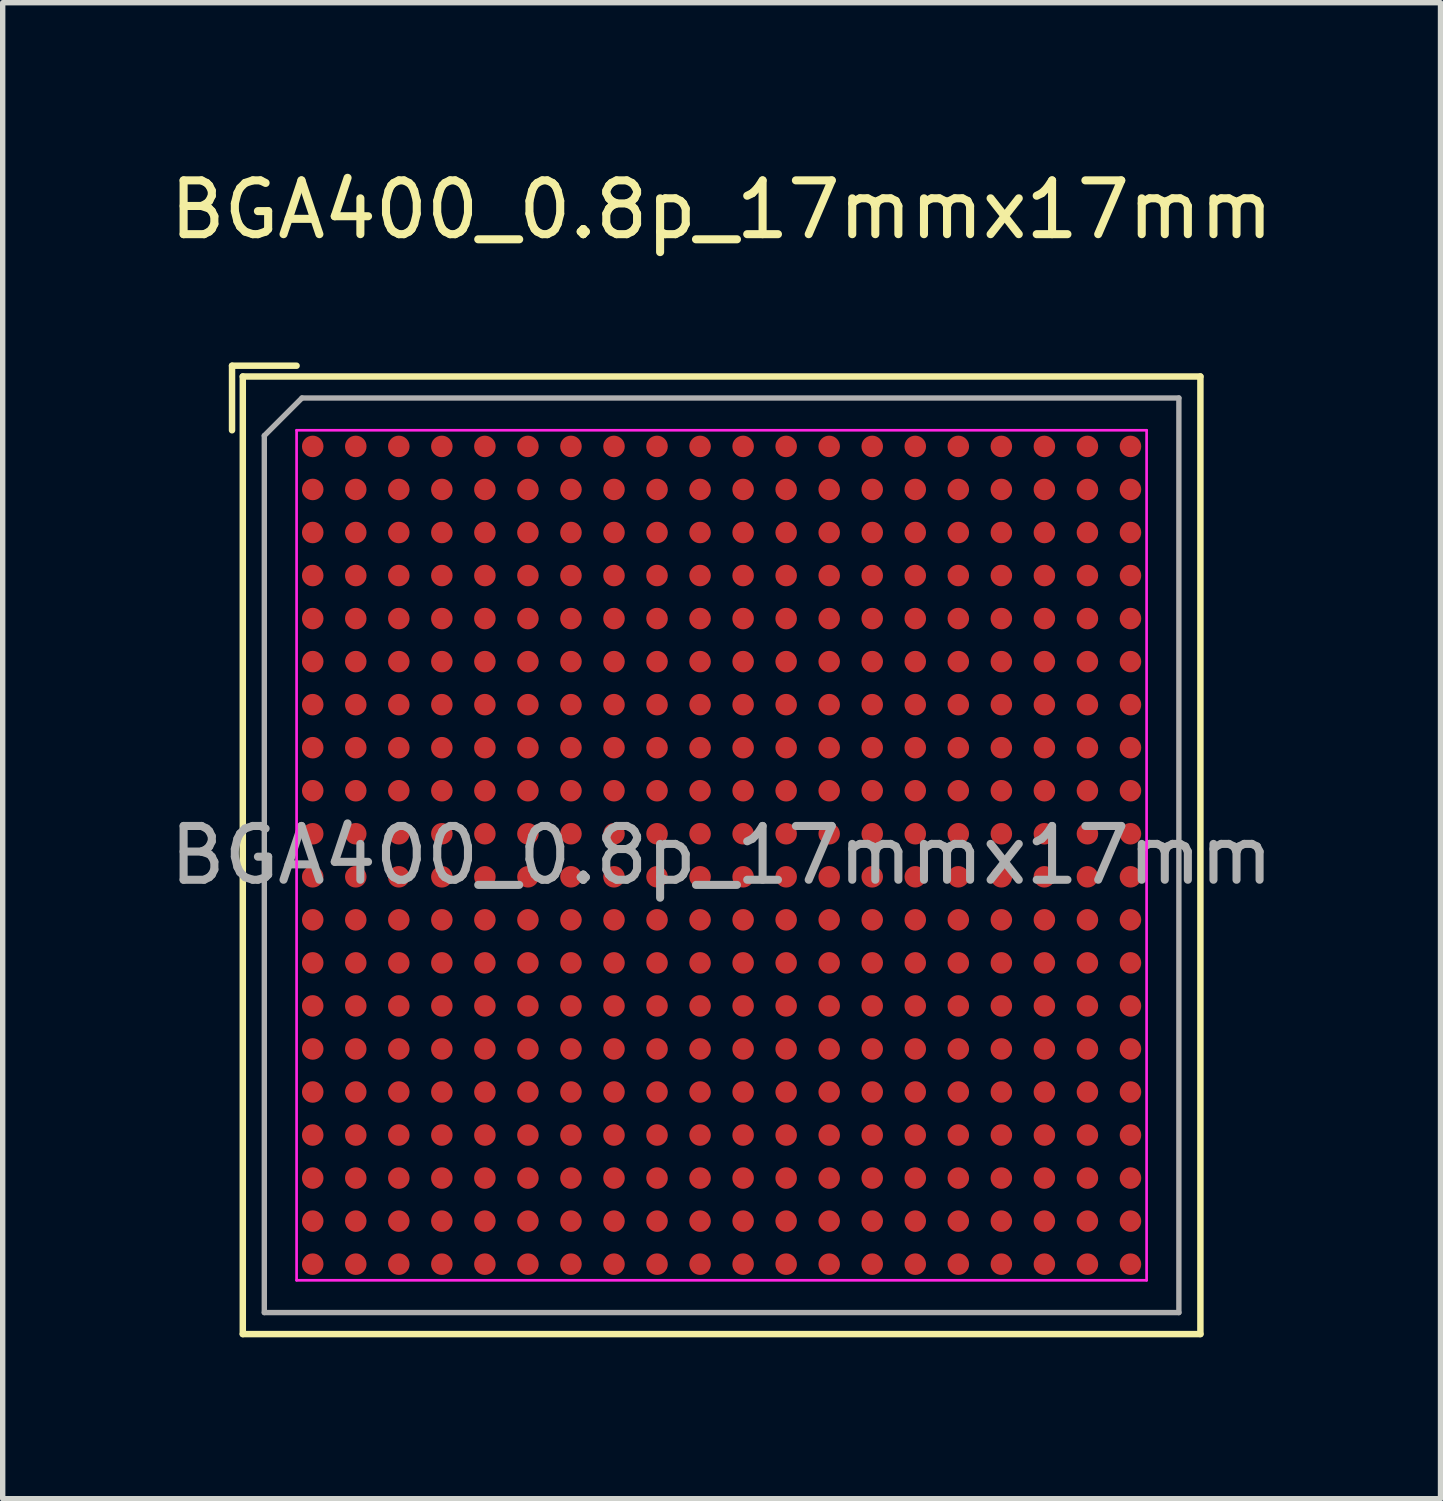
<source format=kicad_pcb>
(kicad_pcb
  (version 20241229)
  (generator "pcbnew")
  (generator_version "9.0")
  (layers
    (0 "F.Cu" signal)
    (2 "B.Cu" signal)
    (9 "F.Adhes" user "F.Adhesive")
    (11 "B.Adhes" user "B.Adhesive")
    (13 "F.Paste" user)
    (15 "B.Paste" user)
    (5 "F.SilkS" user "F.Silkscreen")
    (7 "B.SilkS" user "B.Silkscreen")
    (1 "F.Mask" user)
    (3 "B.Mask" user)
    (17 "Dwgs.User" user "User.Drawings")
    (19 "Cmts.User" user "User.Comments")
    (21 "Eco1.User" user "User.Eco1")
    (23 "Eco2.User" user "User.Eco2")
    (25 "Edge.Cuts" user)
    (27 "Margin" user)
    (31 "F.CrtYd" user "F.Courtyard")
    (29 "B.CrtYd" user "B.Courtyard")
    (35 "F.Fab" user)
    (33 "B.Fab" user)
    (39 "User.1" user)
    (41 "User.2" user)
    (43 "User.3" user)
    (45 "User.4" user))
  (footprint "BGA400_0.8p_17mmx17mm"
    (layer "F.Cu")
    (at 10.363 12.848)
    (property "Reference" "BGA400_0.8p_17mmx17mm" (at 0 -12 0) (layer "F.SilkS") (effects (font (size 1 1) (thickness 0.15))))
    (attr smd)
    (fp_line (start -9.1 -9.1) (end -7.9 -9.1) (stroke (width 0.12) (type solid)) (layer "F.SilkS"))
    (fp_line (start -9.1 -7.9) (end -9.1 -9.1) (stroke (width 0.12) (type solid)) (layer "F.SilkS"))
    (fp_line (start -8.9 -8.9) (end 8.9 -8.9) (stroke (width 0.12) (type solid)) (layer "F.SilkS"))
    (fp_line (start -8.9 8.9) (end -8.9 -8.9) (stroke (width 0.12) (type solid)) (layer "F.SilkS"))
    (fp_line (start 8.9 -8.9) (end 8.9 8.9) (stroke (width 0.12) (type solid)) (layer "F.SilkS"))
    (fp_line (start 8.9 8.9) (end -8.9 8.9) (stroke (width 0.12) (type solid)) (layer "F.SilkS"))
    (fp_line (start -7.9 -7.9) (end -7.9 7.9) (stroke (width 0.05) (type solid)) (layer "F.CrtYd"))
    (fp_line (start -7.9 -7.9) (end 7.9 -7.9) (stroke (width 0.05) (type solid)) (layer "F.CrtYd"))
    (fp_line (start 7.9 7.9) (end -7.9 7.9) (stroke (width 0.05) (type solid)) (layer "F.CrtYd"))
    (fp_line (start 7.9 7.9) (end 7.9 -7.9) (stroke (width 0.05) (type solid)) (layer "F.CrtYd"))
    (fp_line (start -8.5 -7.8) (end -7.8 -8.5) (stroke (width 0.1) (type solid)) (layer "F.Fab"))
    (fp_line (start -8.5 8.5) (end -8.5 -7.8) (stroke (width 0.1) (type solid)) (layer "F.Fab"))
    (fp_line (start -7.8 -8.5) (end 8.5 -8.5) (stroke (width 0.1) (type solid)) (layer "F.Fab"))
    (fp_line (start 8.5 -8.5) (end 8.5 8.5) (stroke (width 0.1) (type solid)) (layer "F.Fab"))
    (fp_line (start 8.5 8.5) (end -8.5 8.5) (stroke (width 0.1) (type solid)) (layer "F.Fab"))
    (fp_text user "${REFERENCE}" (at 0 0 0) (layer "F.Fab") (effects (font (size 1 1) (thickness 0.15))))
    (pad "A1" smd circle (at -7.6 -7.6) (size 0.4 0.4) (layers "F.Cu" "F.Mask" "F.Paste"))
    (pad "A2" smd circle (at -6.8 -7.6) (size 0.4 0.4) (layers "F.Cu" "F.Mask" "F.Paste"))
    (pad "A3" smd circle (at -6 -7.6) (size 0.4 0.4) (layers "F.Cu" "F.Mask" "F.Paste"))
    (pad "A4" smd circle (at -5.2 -7.6) (size 0.4 0.4) (layers "F.Cu" "F.Mask" "F.Paste"))
    (pad "A5" smd circle (at -4.4 -7.6) (size 0.4 0.4) (layers "F.Cu" "F.Mask" "F.Paste"))
    (pad "A6" smd circle (at -3.6 -7.6) (size 0.4 0.4) (layers "F.Cu" "F.Mask" "F.Paste"))
    (pad "A7" smd circle (at -2.8 -7.6) (size 0.4 0.4) (layers "F.Cu" "F.Mask" "F.Paste"))
    (pad "A8" smd circle (at -2 -7.6) (size 0.4 0.4) (layers "F.Cu" "F.Mask" "F.Paste"))
    (pad "A9" smd circle (at -1.2 -7.6) (size 0.4 0.4) (layers "F.Cu" "F.Mask" "F.Paste"))
    (pad "A10" smd circle (at -0.4 -7.6) (size 0.4 0.4) (layers "F.Cu" "F.Mask" "F.Paste"))
    (pad "A11" smd circle (at 0.4 -7.6) (size 0.4 0.4) (layers "F.Cu" "F.Mask" "F.Paste"))
    (pad "A12" smd circle (at 1.2 -7.6) (size 0.4 0.4) (layers "F.Cu" "F.Mask" "F.Paste"))
    (pad "A13" smd circle (at 2 -7.6) (size 0.4 0.4) (layers "F.Cu" "F.Mask" "F.Paste"))
    (pad "A14" smd circle (at 2.8 -7.6) (size 0.4 0.4) (layers "F.Cu" "F.Mask" "F.Paste"))
    (pad "A15" smd circle (at 3.6 -7.6) (size 0.4 0.4) (layers "F.Cu" "F.Mask" "F.Paste"))
    (pad "A16" smd circle (at 4.4 -7.6) (size 0.4 0.4) (layers "F.Cu" "F.Mask" "F.Paste"))
    (pad "A17" smd circle (at 5.2 -7.6) (size 0.4 0.4) (layers "F.Cu" "F.Mask" "F.Paste"))
    (pad "A18" smd circle (at 6 -7.6) (size 0.4 0.4) (layers "F.Cu" "F.Mask" "F.Paste"))
    (pad "A19" smd circle (at 6.8 -7.6) (size 0.4 0.4) (layers "F.Cu" "F.Mask" "F.Paste"))
    (pad "A20" smd circle (at 7.6 -7.6) (size 0.4 0.4) (layers "F.Cu" "F.Mask" "F.Paste"))
    (pad "B1" smd circle (at -7.6 -6.8) (size 0.4 0.4) (layers "F.Cu" "F.Mask" "F.Paste"))
    (pad "B2" smd circle (at -6.8 -6.8) (size 0.4 0.4) (layers "F.Cu" "F.Mask" "F.Paste"))
    (pad "B3" smd circle (at -6 -6.8) (size 0.4 0.4) (layers "F.Cu" "F.Mask" "F.Paste"))
    (pad "B4" smd circle (at -5.2 -6.8) (size 0.4 0.4) (layers "F.Cu" "F.Mask" "F.Paste"))
    (pad "B5" smd circle (at -4.4 -6.8) (size 0.4 0.4) (layers "F.Cu" "F.Mask" "F.Paste"))
    (pad "B6" smd circle (at -3.6 -6.8) (size 0.4 0.4) (layers "F.Cu" "F.Mask" "F.Paste"))
    (pad "B7" smd circle (at -2.8 -6.8) (size 0.4 0.4) (layers "F.Cu" "F.Mask" "F.Paste"))
    (pad "B8" smd circle (at -2 -6.8) (size 0.4 0.4) (layers "F.Cu" "F.Mask" "F.Paste"))
    (pad "B9" smd circle (at -1.2 -6.8) (size 0.4 0.4) (layers "F.Cu" "F.Mask" "F.Paste"))
    (pad "B10" smd circle (at -0.4 -6.8) (size 0.4 0.4) (layers "F.Cu" "F.Mask" "F.Paste"))
    (pad "B11" smd circle (at 0.4 -6.8) (size 0.4 0.4) (layers "F.Cu" "F.Mask" "F.Paste"))
    (pad "B12" smd circle (at 1.2 -6.8) (size 0.4 0.4) (layers "F.Cu" "F.Mask" "F.Paste"))
    (pad "B13" smd circle (at 2 -6.8) (size 0.4 0.4) (layers "F.Cu" "F.Mask" "F.Paste"))
    (pad "B14" smd circle (at 2.8 -6.8) (size 0.4 0.4) (layers "F.Cu" "F.Mask" "F.Paste"))
    (pad "B15" smd circle (at 3.6 -6.8) (size 0.4 0.4) (layers "F.Cu" "F.Mask" "F.Paste"))
    (pad "B16" smd circle (at 4.4 -6.8) (size 0.4 0.4) (layers "F.Cu" "F.Mask" "F.Paste"))
    (pad "B17" smd circle (at 5.2 -6.8) (size 0.4 0.4) (layers "F.Cu" "F.Mask" "F.Paste"))
    (pad "B18" smd circle (at 6 -6.8) (size 0.4 0.4) (layers "F.Cu" "F.Mask" "F.Paste"))
    (pad "B19" smd circle (at 6.8 -6.8) (size 0.4 0.4) (layers "F.Cu" "F.Mask" "F.Paste"))
    (pad "B20" smd circle (at 7.6 -6.8) (size 0.4 0.4) (layers "F.Cu" "F.Mask" "F.Paste"))
    (pad "C1" smd circle (at -7.6 -6) (size 0.4 0.4) (layers "F.Cu" "F.Mask" "F.Paste"))
    (pad "C2" smd circle (at -6.8 -6) (size 0.4 0.4) (layers "F.Cu" "F.Mask" "F.Paste"))
    (pad "C3" smd circle (at -6 -6) (size 0.4 0.4) (layers "F.Cu" "F.Mask" "F.Paste"))
    (pad "C4" smd circle (at -5.2 -6) (size 0.4 0.4) (layers "F.Cu" "F.Mask" "F.Paste"))
    (pad "C5" smd circle (at -4.4 -6) (size 0.4 0.4) (layers "F.Cu" "F.Mask" "F.Paste"))
    (pad "C6" smd circle (at -3.6 -6) (size 0.4 0.4) (layers "F.Cu" "F.Mask" "F.Paste"))
    (pad "C7" smd circle (at -2.8 -6) (size 0.4 0.4) (layers "F.Cu" "F.Mask" "F.Paste"))
    (pad "C8" smd circle (at -2 -6) (size 0.4 0.4) (layers "F.Cu" "F.Mask" "F.Paste"))
    (pad "C9" smd circle (at -1.2 -6) (size 0.4 0.4) (layers "F.Cu" "F.Mask" "F.Paste"))
    (pad "C10" smd circle (at -0.4 -6) (size 0.4 0.4) (layers "F.Cu" "F.Mask" "F.Paste"))
    (pad "C11" smd circle (at 0.4 -6) (size 0.4 0.4) (layers "F.Cu" "F.Mask" "F.Paste"))
    (pad "C12" smd circle (at 1.2 -6) (size 0.4 0.4) (layers "F.Cu" "F.Mask" "F.Paste"))
    (pad "C13" smd circle (at 2 -6) (size 0.4 0.4) (layers "F.Cu" "F.Mask" "F.Paste"))
    (pad "C14" smd circle (at 2.8 -6) (size 0.4 0.4) (layers "F.Cu" "F.Mask" "F.Paste"))
    (pad "C15" smd circle (at 3.6 -6) (size 0.4 0.4) (layers "F.Cu" "F.Mask" "F.Paste"))
    (pad "C16" smd circle (at 4.4 -6) (size 0.4 0.4) (layers "F.Cu" "F.Mask" "F.Paste"))
    (pad "C17" smd circle (at 5.2 -6) (size 0.4 0.4) (layers "F.Cu" "F.Mask" "F.Paste"))
    (pad "C18" smd circle (at 6 -6) (size 0.4 0.4) (layers "F.Cu" "F.Mask" "F.Paste"))
    (pad "C19" smd circle (at 6.8 -6) (size 0.4 0.4) (layers "F.Cu" "F.Mask" "F.Paste"))
    (pad "C20" smd circle (at 7.6 -6) (size 0.4 0.4) (layers "F.Cu" "F.Mask" "F.Paste"))
    (pad "D1" smd circle (at -7.6 -5.2) (size 0.4 0.4) (layers "F.Cu" "F.Mask" "F.Paste"))
    (pad "D2" smd circle (at -6.8 -5.2) (size 0.4 0.4) (layers "F.Cu" "F.Mask" "F.Paste"))
    (pad "D3" smd circle (at -6 -5.2) (size 0.4 0.4) (layers "F.Cu" "F.Mask" "F.Paste"))
    (pad "D4" smd circle (at -5.2 -5.2) (size 0.4 0.4) (layers "F.Cu" "F.Mask" "F.Paste"))
    (pad "D5" smd circle (at -4.4 -5.2) (size 0.4 0.4) (layers "F.Cu" "F.Mask" "F.Paste"))
    (pad "D6" smd circle (at -3.6 -5.2) (size 0.4 0.4) (layers "F.Cu" "F.Mask" "F.Paste"))
    (pad "D7" smd circle (at -2.8 -5.2) (size 0.4 0.4) (layers "F.Cu" "F.Mask" "F.Paste"))
    (pad "D8" smd circle (at -2 -5.2) (size 0.4 0.4) (layers "F.Cu" "F.Mask" "F.Paste"))
    (pad "D9" smd circle (at -1.2 -5.2) (size 0.4 0.4) (layers "F.Cu" "F.Mask" "F.Paste"))
    (pad "D10" smd circle (at -0.4 -5.2) (size 0.4 0.4) (layers "F.Cu" "F.Mask" "F.Paste"))
    (pad "D11" smd circle (at 0.4 -5.2) (size 0.4 0.4) (layers "F.Cu" "F.Mask" "F.Paste"))
    (pad "D12" smd circle (at 1.2 -5.2) (size 0.4 0.4) (layers "F.Cu" "F.Mask" "F.Paste"))
    (pad "D13" smd circle (at 2 -5.2) (size 0.4 0.4) (layers "F.Cu" "F.Mask" "F.Paste"))
    (pad "D14" smd circle (at 2.8 -5.2) (size 0.4 0.4) (layers "F.Cu" "F.Mask" "F.Paste"))
    (pad "D15" smd circle (at 3.6 -5.2) (size 0.4 0.4) (layers "F.Cu" "F.Mask" "F.Paste"))
    (pad "D16" smd circle (at 4.4 -5.2) (size 0.4 0.4) (layers "F.Cu" "F.Mask" "F.Paste"))
    (pad "D17" smd circle (at 5.2 -5.2) (size 0.4 0.4) (layers "F.Cu" "F.Mask" "F.Paste"))
    (pad "D18" smd circle (at 6 -5.2) (size 0.4 0.4) (layers "F.Cu" "F.Mask" "F.Paste"))
    (pad "D19" smd circle (at 6.8 -5.2) (size 0.4 0.4) (layers "F.Cu" "F.Mask" "F.Paste"))
    (pad "D20" smd circle (at 7.6 -5.2) (size 0.4 0.4) (layers "F.Cu" "F.Mask" "F.Paste"))
    (pad "E1" smd circle (at -7.6 -4.4) (size 0.4 0.4) (layers "F.Cu" "F.Mask" "F.Paste"))
    (pad "E2" smd circle (at -6.8 -4.4) (size 0.4 0.4) (layers "F.Cu" "F.Mask" "F.Paste"))
    (pad "E3" smd circle (at -6 -4.4) (size 0.4 0.4) (layers "F.Cu" "F.Mask" "F.Paste"))
    (pad "E4" smd circle (at -5.2 -4.4) (size 0.4 0.4) (layers "F.Cu" "F.Mask" "F.Paste"))
    (pad "E5" smd circle (at -4.4 -4.4) (size 0.4 0.4) (layers "F.Cu" "F.Mask" "F.Paste"))
    (pad "E6" smd circle (at -3.6 -4.4) (size 0.4 0.4) (layers "F.Cu" "F.Mask" "F.Paste"))
    (pad "E7" smd circle (at -2.8 -4.4) (size 0.4 0.4) (layers "F.Cu" "F.Mask" "F.Paste"))
    (pad "E8" smd circle (at -2 -4.4) (size 0.4 0.4) (layers "F.Cu" "F.Mask" "F.Paste"))
    (pad "E9" smd circle (at -1.2 -4.4) (size 0.4 0.4) (layers "F.Cu" "F.Mask" "F.Paste"))
    (pad "E10" smd circle (at -0.4 -4.4) (size 0.4 0.4) (layers "F.Cu" "F.Mask" "F.Paste"))
    (pad "E11" smd circle (at 0.4 -4.4) (size 0.4 0.4) (layers "F.Cu" "F.Mask" "F.Paste"))
    (pad "E12" smd circle (at 1.2 -4.4) (size 0.4 0.4) (layers "F.Cu" "F.Mask" "F.Paste"))
    (pad "E13" smd circle (at 2 -4.4) (size 0.4 0.4) (layers "F.Cu" "F.Mask" "F.Paste"))
    (pad "E14" smd circle (at 2.8 -4.4) (size 0.4 0.4) (layers "F.Cu" "F.Mask" "F.Paste"))
    (pad "E15" smd circle (at 3.6 -4.4) (size 0.4 0.4) (layers "F.Cu" "F.Mask" "F.Paste"))
    (pad "E16" smd circle (at 4.4 -4.4) (size 0.4 0.4) (layers "F.Cu" "F.Mask" "F.Paste"))
    (pad "E17" smd circle (at 5.2 -4.4) (size 0.4 0.4) (layers "F.Cu" "F.Mask" "F.Paste"))
    (pad "E18" smd circle (at 6 -4.4) (size 0.4 0.4) (layers "F.Cu" "F.Mask" "F.Paste"))
    (pad "E19" smd circle (at 6.8 -4.4) (size 0.4 0.4) (layers "F.Cu" "F.Mask" "F.Paste"))
    (pad "E20" smd circle (at 7.6 -4.4) (size 0.4 0.4) (layers "F.Cu" "F.Mask" "F.Paste"))
    (pad "F1" smd circle (at -7.6 -3.6) (size 0.4 0.4) (layers "F.Cu" "F.Mask" "F.Paste"))
    (pad "F2" smd circle (at -6.8 -3.6) (size 0.4 0.4) (layers "F.Cu" "F.Mask" "F.Paste"))
    (pad "F3" smd circle (at -6 -3.6) (size 0.4 0.4) (layers "F.Cu" "F.Mask" "F.Paste"))
    (pad "F4" smd circle (at -5.2 -3.6) (size 0.4 0.4) (layers "F.Cu" "F.Mask" "F.Paste"))
    (pad "F5" smd circle (at -4.4 -3.6) (size 0.4 0.4) (layers "F.Cu" "F.Mask" "F.Paste"))
    (pad "F6" smd circle (at -3.6 -3.6) (size 0.4 0.4) (layers "F.Cu" "F.Mask" "F.Paste"))
    (pad "F7" smd circle (at -2.8 -3.6) (size 0.4 0.4) (layers "F.Cu" "F.Mask" "F.Paste"))
    (pad "F8" smd circle (at -2 -3.6) (size 0.4 0.4) (layers "F.Cu" "F.Mask" "F.Paste"))
    (pad "F9" smd circle (at -1.2 -3.6) (size 0.4 0.4) (layers "F.Cu" "F.Mask" "F.Paste"))
    (pad "F10" smd circle (at -0.4 -3.6) (size 0.4 0.4) (layers "F.Cu" "F.Mask" "F.Paste"))
    (pad "F11" smd circle (at 0.4 -3.6) (size 0.4 0.4) (layers "F.Cu" "F.Mask" "F.Paste"))
    (pad "F12" smd circle (at 1.2 -3.6) (size 0.4 0.4) (layers "F.Cu" "F.Mask" "F.Paste"))
    (pad "F13" smd circle (at 2 -3.6) (size 0.4 0.4) (layers "F.Cu" "F.Mask" "F.Paste"))
    (pad "F14" smd circle (at 2.8 -3.6) (size 0.4 0.4) (layers "F.Cu" "F.Mask" "F.Paste"))
    (pad "F15" smd circle (at 3.6 -3.6) (size 0.4 0.4) (layers "F.Cu" "F.Mask" "F.Paste"))
    (pad "F16" smd circle (at 4.4 -3.6) (size 0.4 0.4) (layers "F.Cu" "F.Mask" "F.Paste"))
    (pad "F17" smd circle (at 5.2 -3.6) (size 0.4 0.4) (layers "F.Cu" "F.Mask" "F.Paste"))
    (pad "F18" smd circle (at 6 -3.6) (size 0.4 0.4) (layers "F.Cu" "F.Mask" "F.Paste"))
    (pad "F19" smd circle (at 6.8 -3.6) (size 0.4 0.4) (layers "F.Cu" "F.Mask" "F.Paste"))
    (pad "F20" smd circle (at 7.6 -3.6) (size 0.4 0.4) (layers "F.Cu" "F.Mask" "F.Paste"))
    (pad "G1" smd circle (at -7.6 -2.8) (size 0.4 0.4) (layers "F.Cu" "F.Mask" "F.Paste"))
    (pad "G2" smd circle (at -6.8 -2.8) (size 0.4 0.4) (layers "F.Cu" "F.Mask" "F.Paste"))
    (pad "G3" smd circle (at -6 -2.8) (size 0.4 0.4) (layers "F.Cu" "F.Mask" "F.Paste"))
    (pad "G4" smd circle (at -5.2 -2.8) (size 0.4 0.4) (layers "F.Cu" "F.Mask" "F.Paste"))
    (pad "G5" smd circle (at -4.4 -2.8) (size 0.4 0.4) (layers "F.Cu" "F.Mask" "F.Paste"))
    (pad "G6" smd circle (at -3.6 -2.8) (size 0.4 0.4) (layers "F.Cu" "F.Mask" "F.Paste"))
    (pad "G7" smd circle (at -2.8 -2.8) (size 0.4 0.4) (layers "F.Cu" "F.Mask" "F.Paste"))
    (pad "G8" smd circle (at -2 -2.8) (size 0.4 0.4) (layers "F.Cu" "F.Mask" "F.Paste"))
    (pad "G9" smd circle (at -1.2 -2.8) (size 0.4 0.4) (layers "F.Cu" "F.Mask" "F.Paste"))
    (pad "G10" smd circle (at -0.4 -2.8) (size 0.4 0.4) (layers "F.Cu" "F.Mask" "F.Paste"))
    (pad "G11" smd circle (at 0.4 -2.8) (size 0.4 0.4) (layers "F.Cu" "F.Mask" "F.Paste"))
    (pad "G12" smd circle (at 1.2 -2.8) (size 0.4 0.4) (layers "F.Cu" "F.Mask" "F.Paste"))
    (pad "G13" smd circle (at 2 -2.8) (size 0.4 0.4) (layers "F.Cu" "F.Mask" "F.Paste"))
    (pad "G14" smd circle (at 2.8 -2.8) (size 0.4 0.4) (layers "F.Cu" "F.Mask" "F.Paste"))
    (pad "G15" smd circle (at 3.6 -2.8) (size 0.4 0.4) (layers "F.Cu" "F.Mask" "F.Paste"))
    (pad "G16" smd circle (at 4.4 -2.8) (size 0.4 0.4) (layers "F.Cu" "F.Mask" "F.Paste"))
    (pad "G17" smd circle (at 5.2 -2.8) (size 0.4 0.4) (layers "F.Cu" "F.Mask" "F.Paste"))
    (pad "G18" smd circle (at 6 -2.8) (size 0.4 0.4) (layers "F.Cu" "F.Mask" "F.Paste"))
    (pad "G19" smd circle (at 6.8 -2.8) (size 0.4 0.4) (layers "F.Cu" "F.Mask" "F.Paste"))
    (pad "G20" smd circle (at 7.6 -2.8) (size 0.4 0.4) (layers "F.Cu" "F.Mask" "F.Paste"))
    (pad "H1" smd circle (at -7.6 -2) (size 0.4 0.4) (layers "F.Cu" "F.Mask" "F.Paste"))
    (pad "H2" smd circle (at -6.8 -2) (size 0.4 0.4) (layers "F.Cu" "F.Mask" "F.Paste"))
    (pad "H3" smd circle (at -6 -2) (size 0.4 0.4) (layers "F.Cu" "F.Mask" "F.Paste"))
    (pad "H4" smd circle (at -5.2 -2) (size 0.4 0.4) (layers "F.Cu" "F.Mask" "F.Paste"))
    (pad "H5" smd circle (at -4.4 -2) (size 0.4 0.4) (layers "F.Cu" "F.Mask" "F.Paste"))
    (pad "H6" smd circle (at -3.6 -2) (size 0.4 0.4) (layers "F.Cu" "F.Mask" "F.Paste"))
    (pad "H7" smd circle (at -2.8 -2) (size 0.4 0.4) (layers "F.Cu" "F.Mask" "F.Paste"))
    (pad "H8" smd circle (at -2 -2) (size 0.4 0.4) (layers "F.Cu" "F.Mask" "F.Paste"))
    (pad "H9" smd circle (at -1.2 -2) (size 0.4 0.4) (layers "F.Cu" "F.Mask" "F.Paste"))
    (pad "H10" smd circle (at -0.4 -2) (size 0.4 0.4) (layers "F.Cu" "F.Mask" "F.Paste"))
    (pad "H11" smd circle (at 0.4 -2) (size 0.4 0.4) (layers "F.Cu" "F.Mask" "F.Paste"))
    (pad "H12" smd circle (at 1.2 -2) (size 0.4 0.4) (layers "F.Cu" "F.Mask" "F.Paste"))
    (pad "H13" smd circle (at 2 -2) (size 0.4 0.4) (layers "F.Cu" "F.Mask" "F.Paste"))
    (pad "H14" smd circle (at 2.8 -2) (size 0.4 0.4) (layers "F.Cu" "F.Mask" "F.Paste"))
    (pad "H15" smd circle (at 3.6 -2) (size 0.4 0.4) (layers "F.Cu" "F.Mask" "F.Paste"))
    (pad "H16" smd circle (at 4.4 -2) (size 0.4 0.4) (layers "F.Cu" "F.Mask" "F.Paste"))
    (pad "H17" smd circle (at 5.2 -2) (size 0.4 0.4) (layers "F.Cu" "F.Mask" "F.Paste"))
    (pad "H18" smd circle (at 6 -2) (size 0.4 0.4) (layers "F.Cu" "F.Mask" "F.Paste"))
    (pad "H19" smd circle (at 6.8 -2) (size 0.4 0.4) (layers "F.Cu" "F.Mask" "F.Paste"))
    (pad "H20" smd circle (at 7.6 -2) (size 0.4 0.4) (layers "F.Cu" "F.Mask" "F.Paste"))
    (pad "J1" smd circle (at -7.6 -1.2) (size 0.4 0.4) (layers "F.Cu" "F.Mask" "F.Paste"))
    (pad "J2" smd circle (at -6.8 -1.2) (size 0.4 0.4) (layers "F.Cu" "F.Mask" "F.Paste"))
    (pad "J3" smd circle (at -6 -1.2) (size 0.4 0.4) (layers "F.Cu" "F.Mask" "F.Paste"))
    (pad "J4" smd circle (at -5.2 -1.2) (size 0.4 0.4) (layers "F.Cu" "F.Mask" "F.Paste"))
    (pad "J5" smd circle (at -4.4 -1.2) (size 0.4 0.4) (layers "F.Cu" "F.Mask" "F.Paste"))
    (pad "J6" smd circle (at -3.6 -1.2) (size 0.4 0.4) (layers "F.Cu" "F.Mask" "F.Paste"))
    (pad "J7" smd circle (at -2.8 -1.2) (size 0.4 0.4) (layers "F.Cu" "F.Mask" "F.Paste"))
    (pad "J8" smd circle (at -2 -1.2) (size 0.4 0.4) (layers "F.Cu" "F.Mask" "F.Paste"))
    (pad "J9" smd circle (at -1.2 -1.2) (size 0.4 0.4) (layers "F.Cu" "F.Mask" "F.Paste"))
    (pad "J10" smd circle (at -0.4 -1.2) (size 0.4 0.4) (layers "F.Cu" "F.Mask" "F.Paste"))
    (pad "J11" smd circle (at 0.4 -1.2) (size 0.4 0.4) (layers "F.Cu" "F.Mask" "F.Paste"))
    (pad "J12" smd circle (at 1.2 -1.2) (size 0.4 0.4) (layers "F.Cu" "F.Mask" "F.Paste"))
    (pad "J13" smd circle (at 2 -1.2) (size 0.4 0.4) (layers "F.Cu" "F.Mask" "F.Paste"))
    (pad "J14" smd circle (at 2.8 -1.2) (size 0.4 0.4) (layers "F.Cu" "F.Mask" "F.Paste"))
    (pad "J15" smd circle (at 3.6 -1.2) (size 0.4 0.4) (layers "F.Cu" "F.Mask" "F.Paste"))
    (pad "J16" smd circle (at 4.4 -1.2) (size 0.4 0.4) (layers "F.Cu" "F.Mask" "F.Paste"))
    (pad "J17" smd circle (at 5.2 -1.2) (size 0.4 0.4) (layers "F.Cu" "F.Mask" "F.Paste"))
    (pad "J18" smd circle (at 6 -1.2) (size 0.4 0.4) (layers "F.Cu" "F.Mask" "F.Paste"))
    (pad "J19" smd circle (at 6.8 -1.2) (size 0.4 0.4) (layers "F.Cu" "F.Mask" "F.Paste"))
    (pad "J20" smd circle (at 7.6 -1.2) (size 0.4 0.4) (layers "F.Cu" "F.Mask" "F.Paste"))
    (pad "K1" smd circle (at -7.6 -0.4) (size 0.4 0.4) (layers "F.Cu" "F.Mask" "F.Paste"))
    (pad "K2" smd circle (at -6.8 -0.4) (size 0.4 0.4) (layers "F.Cu" "F.Mask" "F.Paste"))
    (pad "K3" smd circle (at -6 -0.4) (size 0.4 0.4) (layers "F.Cu" "F.Mask" "F.Paste"))
    (pad "K4" smd circle (at -5.2 -0.4) (size 0.4 0.4) (layers "F.Cu" "F.Mask" "F.Paste"))
    (pad "K5" smd circle (at -4.4 -0.4) (size 0.4 0.4) (layers "F.Cu" "F.Mask" "F.Paste"))
    (pad "K6" smd circle (at -3.6 -0.4) (size 0.4 0.4) (layers "F.Cu" "F.Mask" "F.Paste"))
    (pad "K7" smd circle (at -2.8 -0.4) (size 0.4 0.4) (layers "F.Cu" "F.Mask" "F.Paste"))
    (pad "K8" smd circle (at -2 -0.4) (size 0.4 0.4) (layers "F.Cu" "F.Mask" "F.Paste"))
    (pad "K9" smd circle (at -1.2 -0.4) (size 0.4 0.4) (layers "F.Cu" "F.Mask" "F.Paste"))
    (pad "K10" smd circle (at -0.4 -0.4) (size 0.4 0.4) (layers "F.Cu" "F.Mask" "F.Paste"))
    (pad "K11" smd circle (at 0.4 -0.4) (size 0.4 0.4) (layers "F.Cu" "F.Mask" "F.Paste"))
    (pad "K12" smd circle (at 1.2 -0.4) (size 0.4 0.4) (layers "F.Cu" "F.Mask" "F.Paste"))
    (pad "K13" smd circle (at 2 -0.4) (size 0.4 0.4) (layers "F.Cu" "F.Mask" "F.Paste"))
    (pad "K14" smd circle (at 2.8 -0.4) (size 0.4 0.4) (layers "F.Cu" "F.Mask" "F.Paste"))
    (pad "K15" smd circle (at 3.6 -0.4) (size 0.4 0.4) (layers "F.Cu" "F.Mask" "F.Paste"))
    (pad "K16" smd circle (at 4.4 -0.4) (size 0.4 0.4) (layers "F.Cu" "F.Mask" "F.Paste"))
    (pad "K17" smd circle (at 5.2 -0.4) (size 0.4 0.4) (layers "F.Cu" "F.Mask" "F.Paste"))
    (pad "K18" smd circle (at 6 -0.4) (size 0.4 0.4) (layers "F.Cu" "F.Mask" "F.Paste"))
    (pad "K19" smd circle (at 6.8 -0.4) (size 0.4 0.4) (layers "F.Cu" "F.Mask" "F.Paste"))
    (pad "K20" smd circle (at 7.6 -0.4) (size 0.4 0.4) (layers "F.Cu" "F.Mask" "F.Paste"))
    (pad "L1" smd circle (at -7.6 0.4) (size 0.4 0.4) (layers "F.Cu" "F.Mask" "F.Paste"))
    (pad "L2" smd circle (at -6.8 0.4) (size 0.4 0.4) (layers "F.Cu" "F.Mask" "F.Paste"))
    (pad "L3" smd circle (at -6 0.4) (size 0.4 0.4) (layers "F.Cu" "F.Mask" "F.Paste"))
    (pad "L4" smd circle (at -5.2 0.4) (size 0.4 0.4) (layers "F.Cu" "F.Mask" "F.Paste"))
    (pad "L5" smd circle (at -4.4 0.4) (size 0.4 0.4) (layers "F.Cu" "F.Mask" "F.Paste"))
    (pad "L6" smd circle (at -3.6 0.4) (size 0.4 0.4) (layers "F.Cu" "F.Mask" "F.Paste"))
    (pad "L7" smd circle (at -2.8 0.4) (size 0.4 0.4) (layers "F.Cu" "F.Mask" "F.Paste"))
    (pad "L8" smd circle (at -2 0.4) (size 0.4 0.4) (layers "F.Cu" "F.Mask" "F.Paste"))
    (pad "L9" smd circle (at -1.2 0.4) (size 0.4 0.4) (layers "F.Cu" "F.Mask" "F.Paste"))
    (pad "L10" smd circle (at -0.4 0.4) (size 0.4 0.4) (layers "F.Cu" "F.Mask" "F.Paste"))
    (pad "L11" smd circle (at 0.4 0.4) (size 0.4 0.4) (layers "F.Cu" "F.Mask" "F.Paste"))
    (pad "L12" smd circle (at 1.2 0.4) (size 0.4 0.4) (layers "F.Cu" "F.Mask" "F.Paste"))
    (pad "L13" smd circle (at 2 0.4) (size 0.4 0.4) (layers "F.Cu" "F.Mask" "F.Paste"))
    (pad "L14" smd circle (at 2.8 0.4) (size 0.4 0.4) (layers "F.Cu" "F.Mask" "F.Paste"))
    (pad "L15" smd circle (at 3.6 0.4) (size 0.4 0.4) (layers "F.Cu" "F.Mask" "F.Paste"))
    (pad "L16" smd circle (at 4.4 0.4) (size 0.4 0.4) (layers "F.Cu" "F.Mask" "F.Paste"))
    (pad "L17" smd circle (at 5.2 0.4) (size 0.4 0.4) (layers "F.Cu" "F.Mask" "F.Paste"))
    (pad "L18" smd circle (at 6 0.4) (size 0.4 0.4) (layers "F.Cu" "F.Mask" "F.Paste"))
    (pad "L19" smd circle (at 6.8 0.4) (size 0.4 0.4) (layers "F.Cu" "F.Mask" "F.Paste"))
    (pad "L20" smd circle (at 7.6 0.4) (size 0.4 0.4) (layers "F.Cu" "F.Mask" "F.Paste"))
    (pad "M1" smd circle (at -7.6 1.2) (size 0.4 0.4) (layers "F.Cu" "F.Mask" "F.Paste"))
    (pad "M2" smd circle (at -6.8 1.2) (size 0.4 0.4) (layers "F.Cu" "F.Mask" "F.Paste"))
    (pad "M3" smd circle (at -6 1.2) (size 0.4 0.4) (layers "F.Cu" "F.Mask" "F.Paste"))
    (pad "M4" smd circle (at -5.2 1.2) (size 0.4 0.4) (layers "F.Cu" "F.Mask" "F.Paste"))
    (pad "M5" smd circle (at -4.4 1.2) (size 0.4 0.4) (layers "F.Cu" "F.Mask" "F.Paste"))
    (pad "M6" smd circle (at -3.6 1.2) (size 0.4 0.4) (layers "F.Cu" "F.Mask" "F.Paste"))
    (pad "M7" smd circle (at -2.8 1.2) (size 0.4 0.4) (layers "F.Cu" "F.Mask" "F.Paste"))
    (pad "M8" smd circle (at -2 1.2) (size 0.4 0.4) (layers "F.Cu" "F.Mask" "F.Paste"))
    (pad "M9" smd circle (at -1.2 1.2) (size 0.4 0.4) (layers "F.Cu" "F.Mask" "F.Paste"))
    (pad "M10" smd circle (at -0.4 1.2) (size 0.4 0.4) (layers "F.Cu" "F.Mask" "F.Paste"))
    (pad "M11" smd circle (at 0.4 1.2) (size 0.4 0.4) (layers "F.Cu" "F.Mask" "F.Paste"))
    (pad "M12" smd circle (at 1.2 1.2) (size 0.4 0.4) (layers "F.Cu" "F.Mask" "F.Paste"))
    (pad "M13" smd circle (at 2 1.2) (size 0.4 0.4) (layers "F.Cu" "F.Mask" "F.Paste"))
    (pad "M14" smd circle (at 2.8 1.2) (size 0.4 0.4) (layers "F.Cu" "F.Mask" "F.Paste"))
    (pad "M15" smd circle (at 3.6 1.2) (size 0.4 0.4) (layers "F.Cu" "F.Mask" "F.Paste"))
    (pad "M16" smd circle (at 4.4 1.2) (size 0.4 0.4) (layers "F.Cu" "F.Mask" "F.Paste"))
    (pad "M17" smd circle (at 5.2 1.2) (size 0.4 0.4) (layers "F.Cu" "F.Mask" "F.Paste"))
    (pad "M18" smd circle (at 6 1.2) (size 0.4 0.4) (layers "F.Cu" "F.Mask" "F.Paste"))
    (pad "M19" smd circle (at 6.8 1.2) (size 0.4 0.4) (layers "F.Cu" "F.Mask" "F.Paste"))
    (pad "M20" smd circle (at 7.6 1.2) (size 0.4 0.4) (layers "F.Cu" "F.Mask" "F.Paste"))
    (pad "N1" smd circle (at -7.6 2) (size 0.4 0.4) (layers "F.Cu" "F.Mask" "F.Paste"))
    (pad "N2" smd circle (at -6.8 2) (size 0.4 0.4) (layers "F.Cu" "F.Mask" "F.Paste"))
    (pad "N3" smd circle (at -6 2) (size 0.4 0.4) (layers "F.Cu" "F.Mask" "F.Paste"))
    (pad "N4" smd circle (at -5.2 2) (size 0.4 0.4) (layers "F.Cu" "F.Mask" "F.Paste"))
    (pad "N5" smd circle (at -4.4 2) (size 0.4 0.4) (layers "F.Cu" "F.Mask" "F.Paste"))
    (pad "N6" smd circle (at -3.6 2) (size 0.4 0.4) (layers "F.Cu" "F.Mask" "F.Paste"))
    (pad "N7" smd circle (at -2.8 2) (size 0.4 0.4) (layers "F.Cu" "F.Mask" "F.Paste"))
    (pad "N8" smd circle (at -2 2) (size 0.4 0.4) (layers "F.Cu" "F.Mask" "F.Paste"))
    (pad "N9" smd circle (at -1.2 2) (size 0.4 0.4) (layers "F.Cu" "F.Mask" "F.Paste"))
    (pad "N10" smd circle (at -0.4 2) (size 0.4 0.4) (layers "F.Cu" "F.Mask" "F.Paste"))
    (pad "N11" smd circle (at 0.4 2) (size 0.4 0.4) (layers "F.Cu" "F.Mask" "F.Paste"))
    (pad "N12" smd circle (at 1.2 2) (size 0.4 0.4) (layers "F.Cu" "F.Mask" "F.Paste"))
    (pad "N13" smd circle (at 2 2) (size 0.4 0.4) (layers "F.Cu" "F.Mask" "F.Paste"))
    (pad "N14" smd circle (at 2.8 2) (size 0.4 0.4) (layers "F.Cu" "F.Mask" "F.Paste"))
    (pad "N15" smd circle (at 3.6 2) (size 0.4 0.4) (layers "F.Cu" "F.Mask" "F.Paste"))
    (pad "N16" smd circle (at 4.4 2) (size 0.4 0.4) (layers "F.Cu" "F.Mask" "F.Paste"))
    (pad "N17" smd circle (at 5.2 2) (size 0.4 0.4) (layers "F.Cu" "F.Mask" "F.Paste"))
    (pad "N18" smd circle (at 6 2) (size 0.4 0.4) (layers "F.Cu" "F.Mask" "F.Paste"))
    (pad "N19" smd circle (at 6.8 2) (size 0.4 0.4) (layers "F.Cu" "F.Mask" "F.Paste"))
    (pad "N20" smd circle (at 7.6 2) (size 0.4 0.4) (layers "F.Cu" "F.Mask" "F.Paste"))
    (pad "P1" smd circle (at -7.6 2.8) (size 0.4 0.4) (layers "F.Cu" "F.Mask" "F.Paste"))
    (pad "P2" smd circle (at -6.8 2.8) (size 0.4 0.4) (layers "F.Cu" "F.Mask" "F.Paste"))
    (pad "P3" smd circle (at -6 2.8) (size 0.4 0.4) (layers "F.Cu" "F.Mask" "F.Paste"))
    (pad "P4" smd circle (at -5.2 2.8) (size 0.4 0.4) (layers "F.Cu" "F.Mask" "F.Paste"))
    (pad "P5" smd circle (at -4.4 2.8) (size 0.4 0.4) (layers "F.Cu" "F.Mask" "F.Paste"))
    (pad "P6" smd circle (at -3.6 2.8) (size 0.4 0.4) (layers "F.Cu" "F.Mask" "F.Paste"))
    (pad "P7" smd circle (at -2.8 2.8) (size 0.4 0.4) (layers "F.Cu" "F.Mask" "F.Paste"))
    (pad "P8" smd circle (at -2 2.8) (size 0.4 0.4) (layers "F.Cu" "F.Mask" "F.Paste"))
    (pad "P9" smd circle (at -1.2 2.8) (size 0.4 0.4) (layers "F.Cu" "F.Mask" "F.Paste"))
    (pad "P10" smd circle (at -0.4 2.8) (size 0.4 0.4) (layers "F.Cu" "F.Mask" "F.Paste"))
    (pad "P11" smd circle (at 0.4 2.8) (size 0.4 0.4) (layers "F.Cu" "F.Mask" "F.Paste"))
    (pad "P12" smd circle (at 1.2 2.8) (size 0.4 0.4) (layers "F.Cu" "F.Mask" "F.Paste"))
    (pad "P13" smd circle (at 2 2.8) (size 0.4 0.4) (layers "F.Cu" "F.Mask" "F.Paste"))
    (pad "P14" smd circle (at 2.8 2.8) (size 0.4 0.4) (layers "F.Cu" "F.Mask" "F.Paste"))
    (pad "P15" smd circle (at 3.6 2.8) (size 0.4 0.4) (layers "F.Cu" "F.Mask" "F.Paste"))
    (pad "P16" smd circle (at 4.4 2.8) (size 0.4 0.4) (layers "F.Cu" "F.Mask" "F.Paste"))
    (pad "P17" smd circle (at 5.2 2.8) (size 0.4 0.4) (layers "F.Cu" "F.Mask" "F.Paste"))
    (pad "P18" smd circle (at 6 2.8) (size 0.4 0.4) (layers "F.Cu" "F.Mask" "F.Paste"))
    (pad "P19" smd circle (at 6.8 2.8) (size 0.4 0.4) (layers "F.Cu" "F.Mask" "F.Paste"))
    (pad "P20" smd circle (at 7.6 2.8) (size 0.4 0.4) (layers "F.Cu" "F.Mask" "F.Paste"))
    (pad "R1" smd circle (at -7.6 3.6) (size 0.4 0.4) (layers "F.Cu" "F.Mask" "F.Paste"))
    (pad "R2" smd circle (at -6.8 3.6) (size 0.4 0.4) (layers "F.Cu" "F.Mask" "F.Paste"))
    (pad "R3" smd circle (at -6 3.6) (size 0.4 0.4) (layers "F.Cu" "F.Mask" "F.Paste"))
    (pad "R4" smd circle (at -5.2 3.6) (size 0.4 0.4) (layers "F.Cu" "F.Mask" "F.Paste"))
    (pad "R5" smd circle (at -4.4 3.6) (size 0.4 0.4) (layers "F.Cu" "F.Mask" "F.Paste"))
    (pad "R6" smd circle (at -3.6 3.6) (size 0.4 0.4) (layers "F.Cu" "F.Mask" "F.Paste"))
    (pad "R7" smd circle (at -2.8 3.6) (size 0.4 0.4) (layers "F.Cu" "F.Mask" "F.Paste"))
    (pad "R8" smd circle (at -2 3.6) (size 0.4 0.4) (layers "F.Cu" "F.Mask" "F.Paste"))
    (pad "R9" smd circle (at -1.2 3.6) (size 0.4 0.4) (layers "F.Cu" "F.Mask" "F.Paste"))
    (pad "R10" smd circle (at -0.4 3.6) (size 0.4 0.4) (layers "F.Cu" "F.Mask" "F.Paste"))
    (pad "R11" smd circle (at 0.4 3.6) (size 0.4 0.4) (layers "F.Cu" "F.Mask" "F.Paste"))
    (pad "R12" smd circle (at 1.2 3.6) (size 0.4 0.4) (layers "F.Cu" "F.Mask" "F.Paste"))
    (pad "R13" smd circle (at 2 3.6) (size 0.4 0.4) (layers "F.Cu" "F.Mask" "F.Paste"))
    (pad "R14" smd circle (at 2.8 3.6) (size 0.4 0.4) (layers "F.Cu" "F.Mask" "F.Paste"))
    (pad "R15" smd circle (at 3.6 3.6) (size 0.4 0.4) (layers "F.Cu" "F.Mask" "F.Paste"))
    (pad "R16" smd circle (at 4.4 3.6) (size 0.4 0.4) (layers "F.Cu" "F.Mask" "F.Paste"))
    (pad "R17" smd circle (at 5.2 3.6) (size 0.4 0.4) (layers "F.Cu" "F.Mask" "F.Paste"))
    (pad "R18" smd circle (at 6 3.6) (size 0.4 0.4) (layers "F.Cu" "F.Mask" "F.Paste"))
    (pad "R19" smd circle (at 6.8 3.6) (size 0.4 0.4) (layers "F.Cu" "F.Mask" "F.Paste"))
    (pad "R20" smd circle (at 7.6 3.6) (size 0.4 0.4) (layers "F.Cu" "F.Mask" "F.Paste"))
    (pad "T1" smd circle (at -7.6 4.4) (size 0.4 0.4) (layers "F.Cu" "F.Mask" "F.Paste"))
    (pad "T2" smd circle (at -6.8 4.4) (size 0.4 0.4) (layers "F.Cu" "F.Mask" "F.Paste"))
    (pad "T3" smd circle (at -6 4.4) (size 0.4 0.4) (layers "F.Cu" "F.Mask" "F.Paste"))
    (pad "T4" smd circle (at -5.2 4.4) (size 0.4 0.4) (layers "F.Cu" "F.Mask" "F.Paste"))
    (pad "T5" smd circle (at -4.4 4.4) (size 0.4 0.4) (layers "F.Cu" "F.Mask" "F.Paste"))
    (pad "T6" smd circle (at -3.6 4.4) (size 0.4 0.4) (layers "F.Cu" "F.Mask" "F.Paste"))
    (pad "T7" smd circle (at -2.8 4.4) (size 0.4 0.4) (layers "F.Cu" "F.Mask" "F.Paste"))
    (pad "T8" smd circle (at -2 4.4) (size 0.4 0.4) (layers "F.Cu" "F.Mask" "F.Paste"))
    (pad "T9" smd circle (at -1.2 4.4) (size 0.4 0.4) (layers "F.Cu" "F.Mask" "F.Paste"))
    (pad "T10" smd circle (at -0.4 4.4) (size 0.4 0.4) (layers "F.Cu" "F.Mask" "F.Paste"))
    (pad "T11" smd circle (at 0.4 4.4) (size 0.4 0.4) (layers "F.Cu" "F.Mask" "F.Paste"))
    (pad "T12" smd circle (at 1.2 4.4) (size 0.4 0.4) (layers "F.Cu" "F.Mask" "F.Paste"))
    (pad "T13" smd circle (at 2 4.4) (size 0.4 0.4) (layers "F.Cu" "F.Mask" "F.Paste"))
    (pad "T14" smd circle (at 2.8 4.4) (size 0.4 0.4) (layers "F.Cu" "F.Mask" "F.Paste"))
    (pad "T15" smd circle (at 3.6 4.4) (size 0.4 0.4) (layers "F.Cu" "F.Mask" "F.Paste"))
    (pad "T16" smd circle (at 4.4 4.4) (size 0.4 0.4) (layers "F.Cu" "F.Mask" "F.Paste"))
    (pad "T17" smd circle (at 5.2 4.4) (size 0.4 0.4) (layers "F.Cu" "F.Mask" "F.Paste"))
    (pad "T18" smd circle (at 6 4.4) (size 0.4 0.4) (layers "F.Cu" "F.Mask" "F.Paste"))
    (pad "T19" smd circle (at 6.8 4.4) (size 0.4 0.4) (layers "F.Cu" "F.Mask" "F.Paste"))
    (pad "T20" smd circle (at 7.6 4.4) (size 0.4 0.4) (layers "F.Cu" "F.Mask" "F.Paste"))
    (pad "U1" smd circle (at -7.6 5.2) (size 0.4 0.4) (layers "F.Cu" "F.Mask" "F.Paste"))
    (pad "U2" smd circle (at -6.8 5.2) (size 0.4 0.4) (layers "F.Cu" "F.Mask" "F.Paste"))
    (pad "U3" smd circle (at -6 5.2) (size 0.4 0.4) (layers "F.Cu" "F.Mask" "F.Paste"))
    (pad "U4" smd circle (at -5.2 5.2) (size 0.4 0.4) (layers "F.Cu" "F.Mask" "F.Paste"))
    (pad "U5" smd circle (at -4.4 5.2) (size 0.4 0.4) (layers "F.Cu" "F.Mask" "F.Paste"))
    (pad "U6" smd circle (at -3.6 5.2) (size 0.4 0.4) (layers "F.Cu" "F.Mask" "F.Paste"))
    (pad "U7" smd circle (at -2.8 5.2) (size 0.4 0.4) (layers "F.Cu" "F.Mask" "F.Paste"))
    (pad "U8" smd circle (at -2 5.2) (size 0.4 0.4) (layers "F.Cu" "F.Mask" "F.Paste"))
    (pad "U9" smd circle (at -1.2 5.2) (size 0.4 0.4) (layers "F.Cu" "F.Mask" "F.Paste"))
    (pad "U10" smd circle (at -0.4 5.2) (size 0.4 0.4) (layers "F.Cu" "F.Mask" "F.Paste"))
    (pad "U11" smd circle (at 0.4 5.2) (size 0.4 0.4) (layers "F.Cu" "F.Mask" "F.Paste"))
    (pad "U12" smd circle (at 1.2 5.2) (size 0.4 0.4) (layers "F.Cu" "F.Mask" "F.Paste"))
    (pad "U13" smd circle (at 2 5.2) (size 0.4 0.4) (layers "F.Cu" "F.Mask" "F.Paste"))
    (pad "U14" smd circle (at 2.8 5.2) (size 0.4 0.4) (layers "F.Cu" "F.Mask" "F.Paste"))
    (pad "U15" smd circle (at 3.6 5.2) (size 0.4 0.4) (layers "F.Cu" "F.Mask" "F.Paste"))
    (pad "U16" smd circle (at 4.4 5.2) (size 0.4 0.4) (layers "F.Cu" "F.Mask" "F.Paste"))
    (pad "U17" smd circle (at 5.2 5.2) (size 0.4 0.4) (layers "F.Cu" "F.Mask" "F.Paste"))
    (pad "U18" smd circle (at 6 5.2) (size 0.4 0.4) (layers "F.Cu" "F.Mask" "F.Paste"))
    (pad "U19" smd circle (at 6.8 5.2) (size 0.4 0.4) (layers "F.Cu" "F.Mask" "F.Paste"))
    (pad "U20" smd circle (at 7.6 5.2) (size 0.4 0.4) (layers "F.Cu" "F.Mask" "F.Paste"))
    (pad "V1" smd circle (at -7.6 6) (size 0.4 0.4) (layers "F.Cu" "F.Mask" "F.Paste"))
    (pad "V2" smd circle (at -6.8 6) (size 0.4 0.4) (layers "F.Cu" "F.Mask" "F.Paste"))
    (pad "V3" smd circle (at -6 6) (size 0.4 0.4) (layers "F.Cu" "F.Mask" "F.Paste"))
    (pad "V4" smd circle (at -5.2 6) (size 0.4 0.4) (layers "F.Cu" "F.Mask" "F.Paste"))
    (pad "V5" smd circle (at -4.4 6) (size 0.4 0.4) (layers "F.Cu" "F.Mask" "F.Paste"))
    (pad "V6" smd circle (at -3.6 6) (size 0.4 0.4) (layers "F.Cu" "F.Mask" "F.Paste"))
    (pad "V7" smd circle (at -2.8 6) (size 0.4 0.4) (layers "F.Cu" "F.Mask" "F.Paste"))
    (pad "V8" smd circle (at -2 6) (size 0.4 0.4) (layers "F.Cu" "F.Mask" "F.Paste"))
    (pad "V9" smd circle (at -1.2 6) (size 0.4 0.4) (layers "F.Cu" "F.Mask" "F.Paste"))
    (pad "V10" smd circle (at -0.4 6) (size 0.4 0.4) (layers "F.Cu" "F.Mask" "F.Paste"))
    (pad "V11" smd circle (at 0.4 6) (size 0.4 0.4) (layers "F.Cu" "F.Mask" "F.Paste"))
    (pad "V12" smd circle (at 1.2 6) (size 0.4 0.4) (layers "F.Cu" "F.Mask" "F.Paste"))
    (pad "V13" smd circle (at 2 6) (size 0.4 0.4) (layers "F.Cu" "F.Mask" "F.Paste"))
    (pad "V14" smd circle (at 2.8 6) (size 0.4 0.4) (layers "F.Cu" "F.Mask" "F.Paste"))
    (pad "V15" smd circle (at 3.6 6) (size 0.4 0.4) (layers "F.Cu" "F.Mask" "F.Paste"))
    (pad "V16" smd circle (at 4.4 6) (size 0.4 0.4) (layers "F.Cu" "F.Mask" "F.Paste"))
    (pad "V17" smd circle (at 5.2 6) (size 0.4 0.4) (layers "F.Cu" "F.Mask" "F.Paste"))
    (pad "V18" smd circle (at 6 6) (size 0.4 0.4) (layers "F.Cu" "F.Mask" "F.Paste"))
    (pad "V19" smd circle (at 6.8 6) (size 0.4 0.4) (layers "F.Cu" "F.Mask" "F.Paste"))
    (pad "V20" smd circle (at 7.6 6) (size 0.4 0.4) (layers "F.Cu" "F.Mask" "F.Paste"))
    (pad "W1" smd circle (at -7.6 6.8) (size 0.4 0.4) (layers "F.Cu" "F.Mask" "F.Paste"))
    (pad "W2" smd circle (at -6.8 6.8) (size 0.4 0.4) (layers "F.Cu" "F.Mask" "F.Paste"))
    (pad "W3" smd circle (at -6 6.8) (size 0.4 0.4) (layers "F.Cu" "F.Mask" "F.Paste"))
    (pad "W4" smd circle (at -5.2 6.8) (size 0.4 0.4) (layers "F.Cu" "F.Mask" "F.Paste"))
    (pad "W5" smd circle (at -4.4 6.8) (size 0.4 0.4) (layers "F.Cu" "F.Mask" "F.Paste"))
    (pad "W6" smd circle (at -3.6 6.8) (size 0.4 0.4) (layers "F.Cu" "F.Mask" "F.Paste"))
    (pad "W7" smd circle (at -2.8 6.8) (size 0.4 0.4) (layers "F.Cu" "F.Mask" "F.Paste"))
    (pad "W8" smd circle (at -2 6.8) (size 0.4 0.4) (layers "F.Cu" "F.Mask" "F.Paste"))
    (pad "W9" smd circle (at -1.2 6.8) (size 0.4 0.4) (layers "F.Cu" "F.Mask" "F.Paste"))
    (pad "W10" smd circle (at -0.4 6.8) (size 0.4 0.4) (layers "F.Cu" "F.Mask" "F.Paste"))
    (pad "W11" smd circle (at 0.4 6.8) (size 0.4 0.4) (layers "F.Cu" "F.Mask" "F.Paste"))
    (pad "W12" smd circle (at 1.2 6.8) (size 0.4 0.4) (layers "F.Cu" "F.Mask" "F.Paste"))
    (pad "W13" smd circle (at 2 6.8) (size 0.4 0.4) (layers "F.Cu" "F.Mask" "F.Paste"))
    (pad "W14" smd circle (at 2.8 6.8) (size 0.4 0.4) (layers "F.Cu" "F.Mask" "F.Paste"))
    (pad "W15" smd circle (at 3.6 6.8) (size 0.4 0.4) (layers "F.Cu" "F.Mask" "F.Paste"))
    (pad "W16" smd circle (at 4.4 6.8) (size 0.4 0.4) (layers "F.Cu" "F.Mask" "F.Paste"))
    (pad "W17" smd circle (at 5.2 6.8) (size 0.4 0.4) (layers "F.Cu" "F.Mask" "F.Paste"))
    (pad "W18" smd circle (at 6 6.8) (size 0.4 0.4) (layers "F.Cu" "F.Mask" "F.Paste"))
    (pad "W19" smd circle (at 6.8 6.8) (size 0.4 0.4) (layers "F.Cu" "F.Mask" "F.Paste"))
    (pad "W20" smd circle (at 7.6 6.8) (size 0.4 0.4) (layers "F.Cu" "F.Mask" "F.Paste"))
    (pad "Y1" smd circle (at -7.6 7.6) (size 0.4 0.4) (layers "F.Cu" "F.Mask" "F.Paste"))
    (pad "Y2" smd circle (at -6.8 7.6) (size 0.4 0.4) (layers "F.Cu" "F.Mask" "F.Paste"))
    (pad "Y3" smd circle (at -6 7.6) (size 0.4 0.4) (layers "F.Cu" "F.Mask" "F.Paste"))
    (pad "Y4" smd circle (at -5.2 7.6) (size 0.4 0.4) (layers "F.Cu" "F.Mask" "F.Paste"))
    (pad "Y5" smd circle (at -4.4 7.6) (size 0.4 0.4) (layers "F.Cu" "F.Mask" "F.Paste"))
    (pad "Y6" smd circle (at -3.6 7.6) (size 0.4 0.4) (layers "F.Cu" "F.Mask" "F.Paste"))
    (pad "Y7" smd circle (at -2.8 7.6) (size 0.4 0.4) (layers "F.Cu" "F.Mask" "F.Paste"))
    (pad "Y8" smd circle (at -2 7.6) (size 0.4 0.4) (layers "F.Cu" "F.Mask" "F.Paste"))
    (pad "Y9" smd circle (at -1.2 7.6) (size 0.4 0.4) (layers "F.Cu" "F.Mask" "F.Paste"))
    (pad "Y10" smd circle (at -0.4 7.6) (size 0.4 0.4) (layers "F.Cu" "F.Mask" "F.Paste"))
    (pad "Y11" smd circle (at 0.4 7.6) (size 0.4 0.4) (layers "F.Cu" "F.Mask" "F.Paste"))
    (pad "Y12" smd circle (at 1.2 7.6) (size 0.4 0.4) (layers "F.Cu" "F.Mask" "F.Paste"))
    (pad "Y13" smd circle (at 2 7.6) (size 0.4 0.4) (layers "F.Cu" "F.Mask" "F.Paste"))
    (pad "Y14" smd circle (at 2.8 7.6) (size 0.4 0.4) (layers "F.Cu" "F.Mask" "F.Paste"))
    (pad "Y15" smd circle (at 3.6 7.6) (size 0.4 0.4) (layers "F.Cu" "F.Mask" "F.Paste"))
    (pad "Y16" smd circle (at 4.4 7.6) (size 0.4 0.4) (layers "F.Cu" "F.Mask" "F.Paste"))
    (pad "Y17" smd circle (at 5.2 7.6) (size 0.4 0.4) (layers "F.Cu" "F.Mask" "F.Paste"))
    (pad "Y18" smd circle (at 6 7.6) (size 0.4 0.4) (layers "F.Cu" "F.Mask" "F.Paste"))
    (pad "Y19" smd circle (at 6.8 7.6) (size 0.4 0.4) (layers "F.Cu" "F.Mask" "F.Paste"))
    (pad "Y20" smd circle (at 7.6 7.6) (size 0.4 0.4) (layers "F.Cu" "F.Mask" "F.Paste")))
  (gr_rect
    (start -3 -3)
    (end 23.726 24.808)
    (stroke (width 0.1) (type default))
    (fill no)
    (layer "Edge.Cuts")))
</source>
